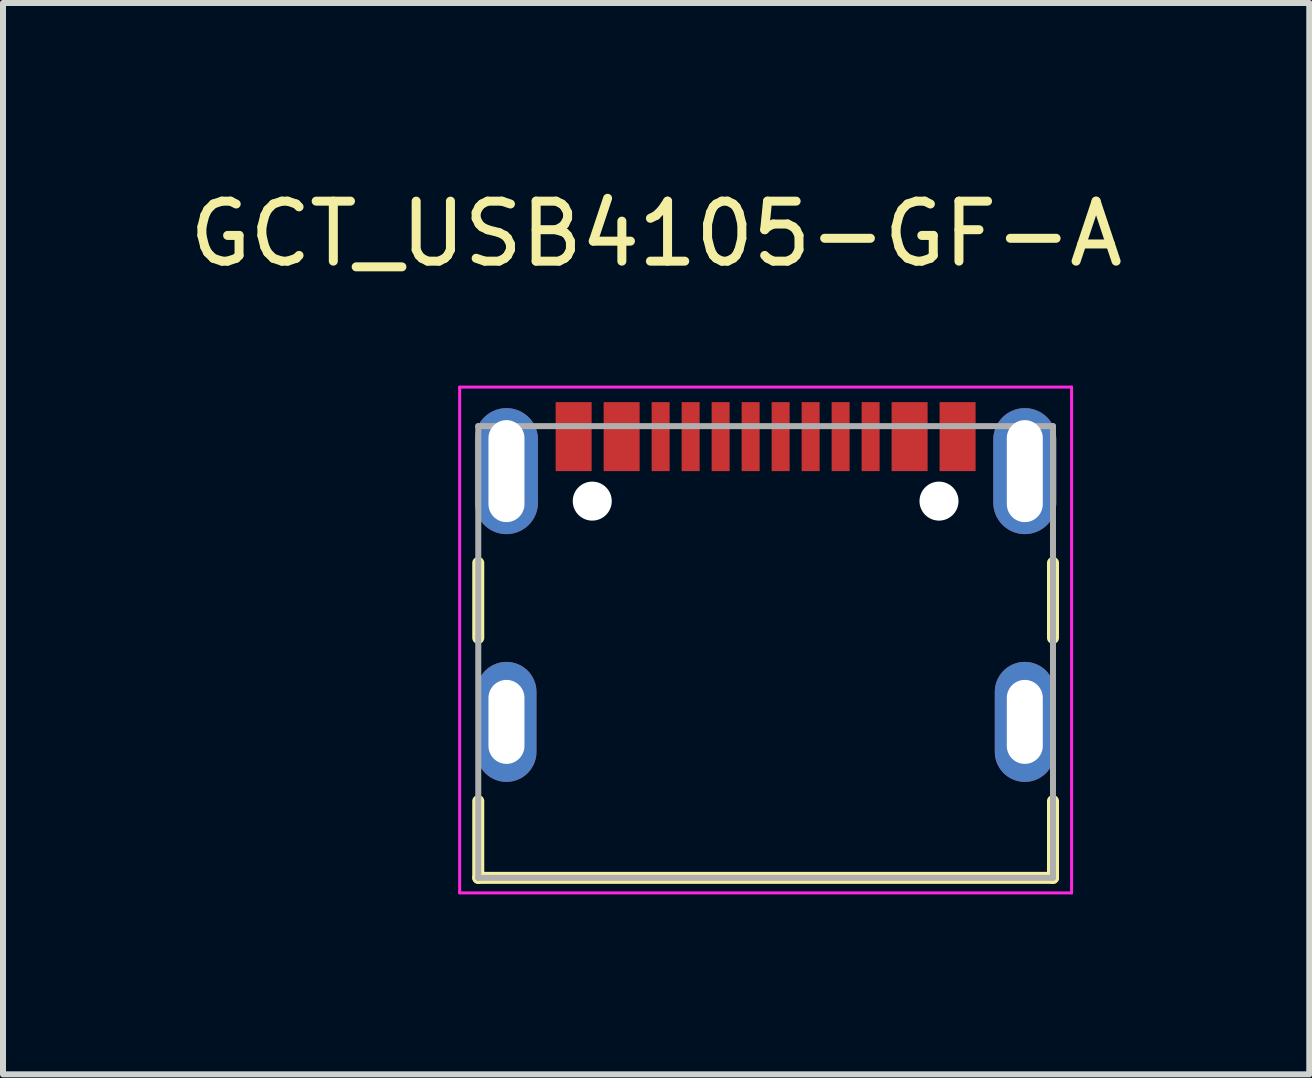
<source format=kicad_pcb>
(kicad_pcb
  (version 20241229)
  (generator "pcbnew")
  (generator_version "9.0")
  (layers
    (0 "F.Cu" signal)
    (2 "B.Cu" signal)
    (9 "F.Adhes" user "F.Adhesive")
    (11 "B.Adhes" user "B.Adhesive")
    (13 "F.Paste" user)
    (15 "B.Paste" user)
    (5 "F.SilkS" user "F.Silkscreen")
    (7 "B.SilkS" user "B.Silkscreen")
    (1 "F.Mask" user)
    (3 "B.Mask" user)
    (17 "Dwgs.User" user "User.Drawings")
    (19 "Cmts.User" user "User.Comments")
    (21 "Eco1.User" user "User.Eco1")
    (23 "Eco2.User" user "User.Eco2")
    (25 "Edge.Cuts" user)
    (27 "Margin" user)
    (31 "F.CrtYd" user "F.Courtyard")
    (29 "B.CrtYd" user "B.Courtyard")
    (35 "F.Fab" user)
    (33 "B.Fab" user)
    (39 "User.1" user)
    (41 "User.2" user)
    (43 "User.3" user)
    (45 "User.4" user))
  (footprint "GCT_USB4105-GF-A"
    (layer "F.Cu")
    (at 9.712 8.983)
    (property "Reference" "GCT_USB4105-GF-A" (at -1.825 -8.135 0) (layer "F.SilkS") (effects (font (size 1 1) (thickness 0.15))))
    (attr through_hole)
    (fp_line (start -4.79 -2.65) (end -4.79 -1.4) (stroke (width 0.2) (type solid)) (layer "F.SilkS"))
    (fp_line (start -4.79 1.32) (end -4.79 2.6) (stroke (width 0.2) (type solid)) (layer "F.SilkS"))
    (fp_line (start -4.79 2.6) (end 4.79 2.6) (stroke (width 0.2) (type solid)) (layer "F.SilkS"))
    (fp_line (start 4.79 -2.65) (end 4.79 -1.4) (stroke (width 0.2) (type solid)) (layer "F.SilkS"))
    (fp_line (start 4.79 2.6) (end 4.79 1.32) (stroke (width 0.2) (type solid)) (layer "F.SilkS"))
    (fp_line (start -5.1 -5.58) (end -5.1 2.85) (stroke (width 0.05) (type solid)) (layer "F.CrtYd"))
    (fp_line (start -5.1 2.85) (end 5.1 2.85) (stroke (width 0.05) (type solid)) (layer "F.CrtYd"))
    (fp_line (start 5.1 -5.58) (end -5.1 -5.58) (stroke (width 0.05) (type solid)) (layer "F.CrtYd"))
    (fp_line (start 5.1 2.85) (end 5.1 -5.58) (stroke (width 0.05) (type solid)) (layer "F.CrtYd"))
    (fp_line (start -4.79 -4.93) (end 4.79 -4.93) (stroke (width 0.1) (type solid)) (layer "F.Fab"))
    (fp_line (start -4.79 2.6) (end -4.79 -4.93) (stroke (width 0.1) (type solid)) (layer "F.Fab"))
    (fp_line (start 4.79 -4.93) (end 4.79 2.6) (stroke (width 0.1) (type solid)) (layer "F.Fab"))
    (fp_line (start 4.79 2.6) (end -4.79 2.6) (stroke (width 0.1) (type solid)) (layer "F.Fab"))
    (pad "" np_thru_hole circle (at -2.89 -3.68) (size 0.65 0.65) (drill 0.65) (layers "*.Cu" "*.Mask"))
    (pad "" np_thru_hole circle (at 2.89 -3.68) (size 0.65 0.65) (drill 0.65) (layers "*.Cu" "*.Mask"))
    (pad "A1_B12" smd rect (at -3.2 -4.755) (size 0.6 1.15) (layers "F.Cu" "F.Mask" "F.Paste"))
    (pad "A4_B9" smd rect (at -2.4 -4.755) (size 0.6 1.15) (layers "F.Cu" "F.Mask" "F.Paste"))
    (pad "A5" smd rect (at -1.25 -4.755) (size 0.3 1.15) (layers "F.Cu" "F.Mask" "F.Paste"))
    (pad "A6" smd rect (at -0.25 -4.755) (size 0.3 1.15) (layers "F.Cu" "F.Mask" "F.Paste"))
    (pad "A7" smd rect (at 0.25 -4.755) (size 0.3 1.15) (layers "F.Cu" "F.Mask" "F.Paste"))
    (pad "A8" smd rect (at 1.25 -4.755) (size 0.3 1.15) (layers "F.Cu" "F.Mask" "F.Paste"))
    (pad "B1_A12" smd rect (at 3.2 -4.755) (size 0.6 1.15) (layers "F.Cu" "F.Mask" "F.Paste"))
    (pad "B4_A9" smd rect (at 2.4 -4.755) (size 0.6 1.15) (layers "F.Cu" "F.Mask" "F.Paste"))
    (pad "B5" smd rect (at 1.75 -4.755) (size 0.3 1.15) (layers "F.Cu" "F.Mask" "F.Paste"))
    (pad "B6" smd rect (at 0.75 -4.755) (size 0.3 1.15) (layers "F.Cu" "F.Mask" "F.Paste"))
    (pad "B7" smd rect (at -0.75 -4.755) (size 0.3 1.15) (layers "F.Cu" "F.Mask" "F.Paste"))
    (pad "B8" smd rect (at -1.75 -4.755) (size 0.3 1.15) (layers "F.Cu" "F.Mask" "F.Paste"))
    (pad "S1" thru_hole oval (at -4.32 -4.18) (size 1.05 2.1) (drill oval 0.6 1.7) (layers "*.Cu" "*.Mask"))
    (pad "S2" thru_hole oval (at -4.32 0) (size 1 2) (drill oval 0.6 1.4) (layers "*.Cu" "*.Mask"))
    (pad "S3" thru_hole oval (at 4.32 0) (size 1 2) (drill oval 0.6 1.4) (layers "*.Cu" "*.Mask"))
    (pad "S4" thru_hole oval (at 4.32 -4.18) (size 1.05 2.1) (drill oval 0.6 1.7) (layers "*.Cu" "*.Mask")))
  (gr_rect
    (start -3 -3)
    (end 18.774 14.858)
    (stroke (width 0.1) (type default))
    (fill no)
    (layer "Edge.Cuts")))
</source>
